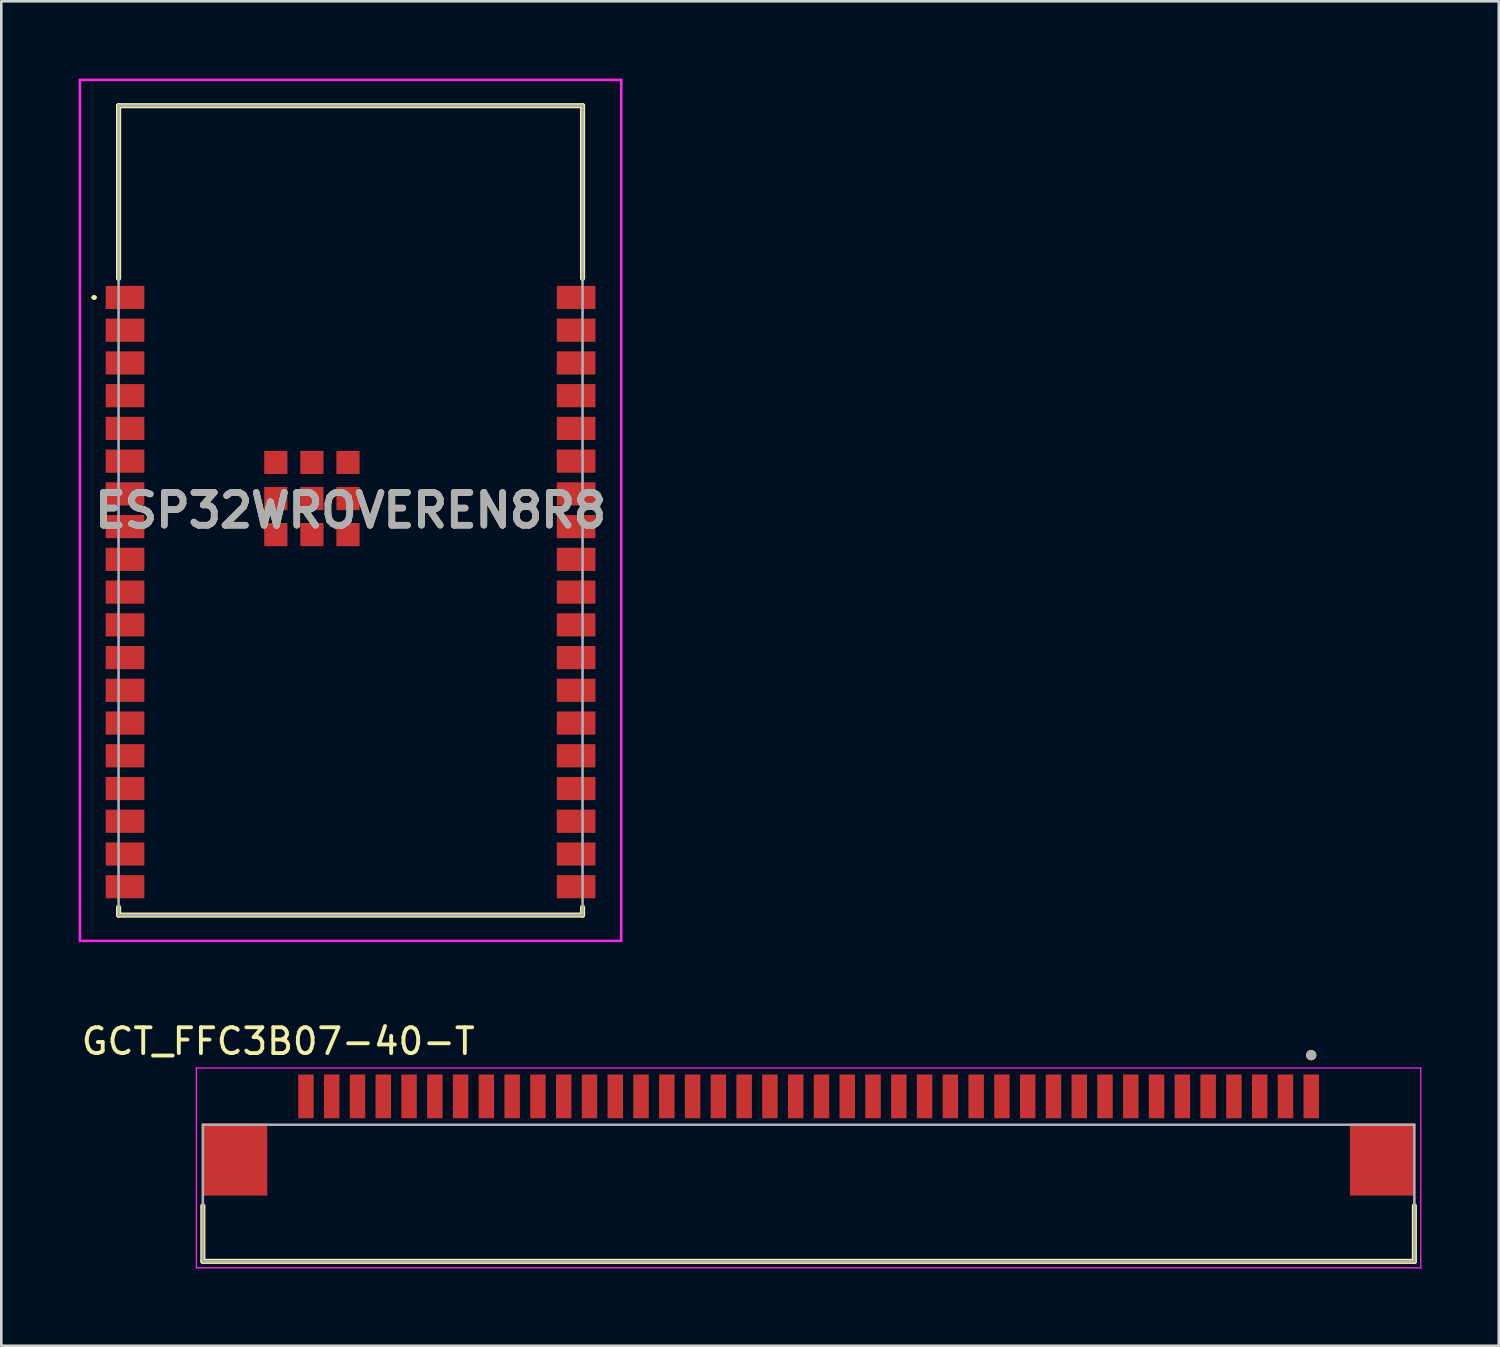
<source format=kicad_pcb>
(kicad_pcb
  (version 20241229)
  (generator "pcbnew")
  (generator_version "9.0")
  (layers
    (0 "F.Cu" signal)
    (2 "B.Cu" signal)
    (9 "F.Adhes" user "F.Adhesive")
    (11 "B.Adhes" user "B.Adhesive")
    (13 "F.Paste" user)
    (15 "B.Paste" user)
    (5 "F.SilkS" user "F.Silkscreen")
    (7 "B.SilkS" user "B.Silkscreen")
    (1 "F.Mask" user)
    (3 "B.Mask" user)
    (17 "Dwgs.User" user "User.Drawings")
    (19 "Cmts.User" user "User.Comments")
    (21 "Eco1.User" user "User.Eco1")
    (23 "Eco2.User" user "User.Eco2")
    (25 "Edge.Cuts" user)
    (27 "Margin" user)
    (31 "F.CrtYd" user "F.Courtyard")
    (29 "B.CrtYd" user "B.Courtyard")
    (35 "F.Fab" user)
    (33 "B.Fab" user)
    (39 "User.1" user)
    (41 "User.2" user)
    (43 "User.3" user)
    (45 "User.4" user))
  (footprint "GCT_FFC3B07-40-T"
    (layer "F.Cu")
    (at 28.319 41.933)
    (property "Reference" "GCT_FFC3B07-40-T" (at -20.575 -4.585 0) (layer "F.SilkS") (effects (font (size 1 1) (thickness 0.15))))
    (attr smd)
    (fp_line (start -23.5 1.8) (end -23.5 3.95) (stroke (width 0.2) (type solid)) (layer "F.SilkS"))
    (fp_line (start -23.5 3.95) (end 23.5 3.95) (stroke (width 0.2) (type solid)) (layer "F.SilkS"))
    (fp_line (start 23.5 3.95) (end 23.5 1.8) (stroke (width 0.2) (type solid)) (layer "F.SilkS"))
    (fp_circle (center 19.5 -4.05) (end 19.6 -4.05) (stroke (width 0.2) (type solid)) (fill no) (layer "F.SilkS"))
    (fp_line (start -23.75 -3.55) (end -23.75 4.2) (stroke (width 0.05) (type solid)) (layer "F.CrtYd"))
    (fp_line (start -23.75 4.2) (end 23.75 4.2) (stroke (width 0.05) (type solid)) (layer "F.CrtYd"))
    (fp_line (start 23.75 -3.55) (end -23.75 -3.55) (stroke (width 0.05) (type solid)) (layer "F.CrtYd"))
    (fp_line (start 23.75 4.2) (end 23.75 -3.55) (stroke (width 0.05) (type solid)) (layer "F.CrtYd"))
    (fp_line (start -23.5 -1.35) (end 23.5 -1.35) (stroke (width 0.1) (type solid)) (layer "F.Fab"))
    (fp_line (start -23.5 3.95) (end -23.5 -1.35) (stroke (width 0.1) (type solid)) (layer "F.Fab"))
    (fp_line (start 23.5 -1.35) (end 23.5 3.95) (stroke (width 0.1) (type solid)) (layer "F.Fab"))
    (fp_line (start 23.5 3.95) (end -23.5 3.95) (stroke (width 0.1) (type solid)) (layer "F.Fab"))
    (fp_circle (center 19.5 -4.05) (end 19.6 -4.05) (stroke (width 0.2) (type solid)) (fill no) (layer "F.Fab"))
    (pad "1" smd rect (at 19.5 -2.45) (size 0.6 1.7) (layers "F.Cu" "F.Mask" "F.Paste"))
    (pad "2" smd rect (at 18.5 -2.45) (size 0.6 1.7) (layers "F.Cu" "F.Mask" "F.Paste"))
    (pad "3" smd rect (at 17.5 -2.45) (size 0.6 1.7) (layers "F.Cu" "F.Mask" "F.Paste"))
    (pad "4" smd rect (at 16.5 -2.45) (size 0.6 1.7) (layers "F.Cu" "F.Mask" "F.Paste"))
    (pad "5" smd rect (at 15.5 -2.45) (size 0.6 1.7) (layers "F.Cu" "F.Mask" "F.Paste"))
    (pad "6" smd rect (at 14.5 -2.45) (size 0.6 1.7) (layers "F.Cu" "F.Mask" "F.Paste"))
    (pad "7" smd rect (at 13.5 -2.45) (size 0.6 1.7) (layers "F.Cu" "F.Mask" "F.Paste"))
    (pad "8" smd rect (at 12.5 -2.45) (size 0.6 1.7) (layers "F.Cu" "F.Mask" "F.Paste"))
    (pad "9" smd rect (at 11.5 -2.45) (size 0.6 1.7) (layers "F.Cu" "F.Mask" "F.Paste"))
    (pad "10" smd rect (at 10.5 -2.45) (size 0.6 1.7) (layers "F.Cu" "F.Mask" "F.Paste"))
    (pad "11" smd rect (at 9.5 -2.45) (size 0.6 1.7) (layers "F.Cu" "F.Mask" "F.Paste"))
    (pad "12" smd rect (at 8.5 -2.45) (size 0.6 1.7) (layers "F.Cu" "F.Mask" "F.Paste"))
    (pad "13" smd rect (at 7.5 -2.45) (size 0.6 1.7) (layers "F.Cu" "F.Mask" "F.Paste"))
    (pad "14" smd rect (at 6.5 -2.45) (size 0.6 1.7) (layers "F.Cu" "F.Mask" "F.Paste"))
    (pad "15" smd rect (at 5.5 -2.45) (size 0.6 1.7) (layers "F.Cu" "F.Mask" "F.Paste"))
    (pad "16" smd rect (at 4.5 -2.45) (size 0.6 1.7) (layers "F.Cu" "F.Mask" "F.Paste"))
    (pad "17" smd rect (at 3.5 -2.45) (size 0.6 1.7) (layers "F.Cu" "F.Mask" "F.Paste"))
    (pad "18" smd rect (at 2.5 -2.45) (size 0.6 1.7) (layers "F.Cu" "F.Mask" "F.Paste"))
    (pad "19" smd rect (at 1.5 -2.45) (size 0.6 1.7) (layers "F.Cu" "F.Mask" "F.Paste"))
    (pad "20" smd rect (at 0.5 -2.45) (size 0.6 1.7) (layers "F.Cu" "F.Mask" "F.Paste"))
    (pad "21" smd rect (at -0.5 -2.45) (size 0.6 1.7) (layers "F.Cu" "F.Mask" "F.Paste"))
    (pad "22" smd rect (at -1.5 -2.45) (size 0.6 1.7) (layers "F.Cu" "F.Mask" "F.Paste"))
    (pad "23" smd rect (at -2.5 -2.45) (size 0.6 1.7) (layers "F.Cu" "F.Mask" "F.Paste"))
    (pad "24" smd rect (at -3.5 -2.45) (size 0.6 1.7) (layers "F.Cu" "F.Mask" "F.Paste"))
    (pad "25" smd rect (at -4.5 -2.45) (size 0.6 1.7) (layers "F.Cu" "F.Mask" "F.Paste"))
    (pad "26" smd rect (at -5.5 -2.45) (size 0.6 1.7) (layers "F.Cu" "F.Mask" "F.Paste"))
    (pad "27" smd rect (at -6.5 -2.45) (size 0.6 1.7) (layers "F.Cu" "F.Mask" "F.Paste"))
    (pad "28" smd rect (at -7.5 -2.45) (size 0.6 1.7) (layers "F.Cu" "F.Mask" "F.Paste"))
    (pad "29" smd rect (at -8.5 -2.45) (size 0.6 1.7) (layers "F.Cu" "F.Mask" "F.Paste"))
    (pad "30" smd rect (at -9.5 -2.45) (size 0.6 1.7) (layers "F.Cu" "F.Mask" "F.Paste"))
    (pad "31" smd rect (at -10.5 -2.45) (size 0.6 1.7) (layers "F.Cu" "F.Mask" "F.Paste"))
    (pad "32" smd rect (at -11.5 -2.45) (size 0.6 1.7) (layers "F.Cu" "F.Mask" "F.Paste"))
    (pad "33" smd rect (at -12.5 -2.45) (size 0.6 1.7) (layers "F.Cu" "F.Mask" "F.Paste"))
    (pad "34" smd rect (at -13.5 -2.45) (size 0.6 1.7) (layers "F.Cu" "F.Mask" "F.Paste"))
    (pad "35" smd rect (at -14.5 -2.45) (size 0.6 1.7) (layers "F.Cu" "F.Mask" "F.Paste"))
    (pad "36" smd rect (at -15.5 -2.45) (size 0.6 1.7) (layers "F.Cu" "F.Mask" "F.Paste"))
    (pad "37" smd rect (at -16.5 -2.45) (size 0.6 1.7) (layers "F.Cu" "F.Mask" "F.Paste"))
    (pad "38" smd rect (at -17.5 -2.45) (size 0.6 1.7) (layers "F.Cu" "F.Mask" "F.Paste"))
    (pad "39" smd rect (at -18.5 -2.45) (size 0.6 1.7) (layers "F.Cu" "F.Mask" "F.Paste"))
    (pad "40" smd rect (at -19.5 -2.45) (size 0.6 1.7) (layers "F.Cu" "F.Mask" "F.Paste"))
    (pad "S1" smd rect (at 22.25 0) (size 2.5 2.8) (layers "F.Cu" "F.Mask" "F.Paste"))
    (pad "S2" smd rect (at -22.25 0) (size 2.5 2.8) (layers "F.Cu" "F.Mask" "F.Paste")))
  (footprint "ESP32WROVEREN8R8"
    (layer "F.Cu")
    (at 10.55 16.75)
    (property "Reference" "ESP32WROVEREN8R8" (at 0 0 0) (layer "F.SilkS") (effects (font (size 1.27 1.27) (thickness 0.254))))
    (attr smd)
    (fp_line (start -10 -8.26) (end -10 -8.26) (stroke (width 0.1) (type solid)) (layer "F.SilkS"))
    (fp_line (start -9.9 -8.26) (end -9.9 -8.26) (stroke (width 0.1) (type solid)) (layer "F.SilkS"))
    (fp_line (start -9 -15.7) (end 9 -15.7) (stroke (width 0.2) (type solid)) (layer "F.SilkS"))
    (fp_line (start -9 -9) (end -9 -15.7) (stroke (width 0.2) (type solid)) (layer "F.SilkS"))
    (fp_line (start -9 15.7) (end -9 15.4) (stroke (width 0.2) (type solid)) (layer "F.SilkS"))
    (fp_line (start 9 -15.7) (end 9 -9) (stroke (width 0.2) (type solid)) (layer "F.SilkS"))
    (fp_line (start 9 15.4) (end 9 15.7) (stroke (width 0.2) (type solid)) (layer "F.SilkS"))
    (fp_line (start 9 15.7) (end -9 15.7) (stroke (width 0.2) (type solid)) (layer "F.SilkS"))
    (fp_arc (start -10 -8.26) (mid -9.95 -8.31) (end -9.9 -8.26) (stroke (width 0.1) (type solid)) (layer "F.SilkS"))
    (fp_arc (start -9.9 -8.26) (mid -9.95 -8.21) (end -10 -8.26) (stroke (width 0.1) (type solid)) (layer "F.SilkS"))
    (fp_line (start -10.5 -16.7) (end 10.5 -16.7) (stroke (width 0.1) (type solid)) (layer "F.CrtYd"))
    (fp_line (start -10.5 16.7) (end -10.5 -16.7) (stroke (width 0.1) (type solid)) (layer "F.CrtYd"))
    (fp_line (start 10.5 -16.7) (end 10.5 16.7) (stroke (width 0.1) (type solid)) (layer "F.CrtYd"))
    (fp_line (start 10.5 16.7) (end -10.5 16.7) (stroke (width 0.1) (type solid)) (layer "F.CrtYd"))
    (fp_line (start -9 -15.7) (end -9 15.7) (stroke (width 0.1) (type solid)) (layer "F.Fab"))
    (fp_line (start -9 15.7) (end 9 15.7) (stroke (width 0.1) (type solid)) (layer "F.Fab"))
    (fp_line (start 9 -15.7) (end -9 -15.7) (stroke (width 0.1) (type solid)) (layer "F.Fab"))
    (fp_line (start 9 15.7) (end 9 -15.7) (stroke (width 0.1) (type solid)) (layer "F.Fab"))
    (fp_text user "${REFERENCE}" (at 0 0 0) (layer "F.Fab") (effects (font (size 1.27 1.27) (thickness 0.254))))
    (pad "1" smd rect (at -8.75 -8.26 90) (size 0.9 1.5) (layers "F.Cu" "F.Mask" "F.Paste"))
    (pad "2" smd rect (at -8.75 -6.99 90) (size 0.9 1.5) (layers "F.Cu" "F.Mask" "F.Paste"))
    (pad "3" smd rect (at -8.75 -5.72 90) (size 0.9 1.5) (layers "F.Cu" "F.Mask" "F.Paste"))
    (pad "4" smd rect (at -8.75 -4.45 90) (size 0.9 1.5) (layers "F.Cu" "F.Mask" "F.Paste"))
    (pad "5" smd rect (at -8.75 -3.18 90) (size 0.9 1.5) (layers "F.Cu" "F.Mask" "F.Paste"))
    (pad "6" smd rect (at -8.75 -1.91 90) (size 0.9 1.5) (layers "F.Cu" "F.Mask" "F.Paste"))
    (pad "7" smd rect (at -8.75 -0.64 90) (size 0.9 1.5) (layers "F.Cu" "F.Mask" "F.Paste"))
    (pad "8" smd rect (at -8.75 0.63 90) (size 0.9 1.5) (layers "F.Cu" "F.Mask" "F.Paste"))
    (pad "9" smd rect (at -8.75 1.9 90) (size 0.9 1.5) (layers "F.Cu" "F.Mask" "F.Paste"))
    (pad "10" smd rect (at -8.75 3.17 90) (size 0.9 1.5) (layers "F.Cu" "F.Mask" "F.Paste"))
    (pad "11" smd rect (at -8.75 4.44 90) (size 0.9 1.5) (layers "F.Cu" "F.Mask" "F.Paste"))
    (pad "12" smd rect (at -8.75 5.71 90) (size 0.9 1.5) (layers "F.Cu" "F.Mask" "F.Paste"))
    (pad "13" smd rect (at -8.75 6.98 90) (size 0.9 1.5) (layers "F.Cu" "F.Mask" "F.Paste"))
    (pad "14" smd rect (at -8.75 8.25 90) (size 0.9 1.5) (layers "F.Cu" "F.Mask" "F.Paste"))
    (pad "15" smd rect (at -8.75 9.52 90) (size 0.9 1.5) (layers "F.Cu" "F.Mask" "F.Paste"))
    (pad "16" smd rect (at -8.75 10.79 90) (size 0.9 1.5) (layers "F.Cu" "F.Mask" "F.Paste"))
    (pad "17" smd rect (at -8.75 12.06 90) (size 0.9 1.5) (layers "F.Cu" "F.Mask" "F.Paste"))
    (pad "18" smd rect (at -8.75 13.33 90) (size 0.9 1.5) (layers "F.Cu" "F.Mask" "F.Paste"))
    (pad "19" smd rect (at -8.75 14.6 90) (size 0.9 1.5) (layers "F.Cu" "F.Mask" "F.Paste"))
    (pad "20" smd rect (at 8.75 14.6 90) (size 0.9 1.5) (layers "F.Cu" "F.Mask" "F.Paste"))
    (pad "21" smd rect (at 8.75 13.33 90) (size 0.9 1.5) (layers "F.Cu" "F.Mask" "F.Paste"))
    (pad "22" smd rect (at 8.75 12.06 90) (size 0.9 1.5) (layers "F.Cu" "F.Mask" "F.Paste"))
    (pad "23" smd rect (at 8.75 10.79 90) (size 0.9 1.5) (layers "F.Cu" "F.Mask" "F.Paste"))
    (pad "24" smd rect (at 8.75 9.52 90) (size 0.9 1.5) (layers "F.Cu" "F.Mask" "F.Paste"))
    (pad "25" smd rect (at 8.75 8.25 90) (size 0.9 1.5) (layers "F.Cu" "F.Mask" "F.Paste"))
    (pad "26" smd rect (at 8.75 6.98 90) (size 0.9 1.5) (layers "F.Cu" "F.Mask" "F.Paste"))
    (pad "27" smd rect (at 8.75 5.71 90) (size 0.9 1.5) (layers "F.Cu" "F.Mask" "F.Paste"))
    (pad "28" smd rect (at 8.75 4.44 90) (size 0.9 1.5) (layers "F.Cu" "F.Mask" "F.Paste"))
    (pad "29" smd rect (at 8.75 3.17 90) (size 0.9 1.5) (layers "F.Cu" "F.Mask" "F.Paste"))
    (pad "30" smd rect (at 8.75 1.9 90) (size 0.9 1.5) (layers "F.Cu" "F.Mask" "F.Paste"))
    (pad "31" smd rect (at 8.75 0.63 90) (size 0.9 1.5) (layers "F.Cu" "F.Mask" "F.Paste"))
    (pad "32" smd rect (at 8.75 -0.64 90) (size 0.9 1.5) (layers "F.Cu" "F.Mask" "F.Paste"))
    (pad "33" smd rect (at 8.75 -1.91 90) (size 0.9 1.5) (layers "F.Cu" "F.Mask" "F.Paste"))
    (pad "34" smd rect (at 8.75 -3.18 90) (size 0.9 1.5) (layers "F.Cu" "F.Mask" "F.Paste"))
    (pad "35" smd rect (at 8.75 -4.45 90) (size 0.9 1.5) (layers "F.Cu" "F.Mask" "F.Paste"))
    (pad "36" smd rect (at 8.75 -5.72 90) (size 0.9 1.5) (layers "F.Cu" "F.Mask" "F.Paste"))
    (pad "37" smd rect (at 8.75 -6.99 90) (size 0.9 1.5) (layers "F.Cu" "F.Mask" "F.Paste"))
    (pad "38" smd rect (at 8.75 -8.26 90) (size 0.9 1.5) (layers "F.Cu" "F.Mask" "F.Paste"))
    (pad "39" smd rect (at -1.5 -0.46 90) (size 0.9 0.9) (layers "F.Cu" "F.Mask" "F.Paste"))
    (pad "40" smd rect (at -2.9 0.94 90) (size 0.9 0.9) (layers "F.Cu" "F.Mask" "F.Paste"))
    (pad "41" smd rect (at -1.5 0.94 90) (size 0.9 0.9) (layers "F.Cu" "F.Mask" "F.Paste"))
    (pad "42" smd rect (at -0.1 0.94 90) (size 0.9 0.9) (layers "F.Cu" "F.Mask" "F.Paste"))
    (pad "43" smd rect (at -0.1 -0.46 90) (size 0.9 0.9) (layers "F.Cu" "F.Mask" "F.Paste"))
    (pad "44" smd rect (at -0.1 -1.86 90) (size 0.9 0.9) (layers "F.Cu" "F.Mask" "F.Paste"))
    (pad "45" smd rect (at -1.5 -1.86 90) (size 0.9 0.9) (layers "F.Cu" "F.Mask" "F.Paste"))
    (pad "46" smd rect (at -2.9 -1.86 90) (size 0.9 0.9) (layers "F.Cu" "F.Mask" "F.Paste"))
    (pad "47" smd rect (at -2.9 -0.46 90) (size 0.9 0.9) (layers "F.Cu" "F.Mask" "F.Paste")))
  (gr_rect
    (start -3 -3)
    (end 55.094 49.158)
    (stroke (width 0.1) (type default))
    (fill no)
    (layer "Edge.Cuts")))
</source>
